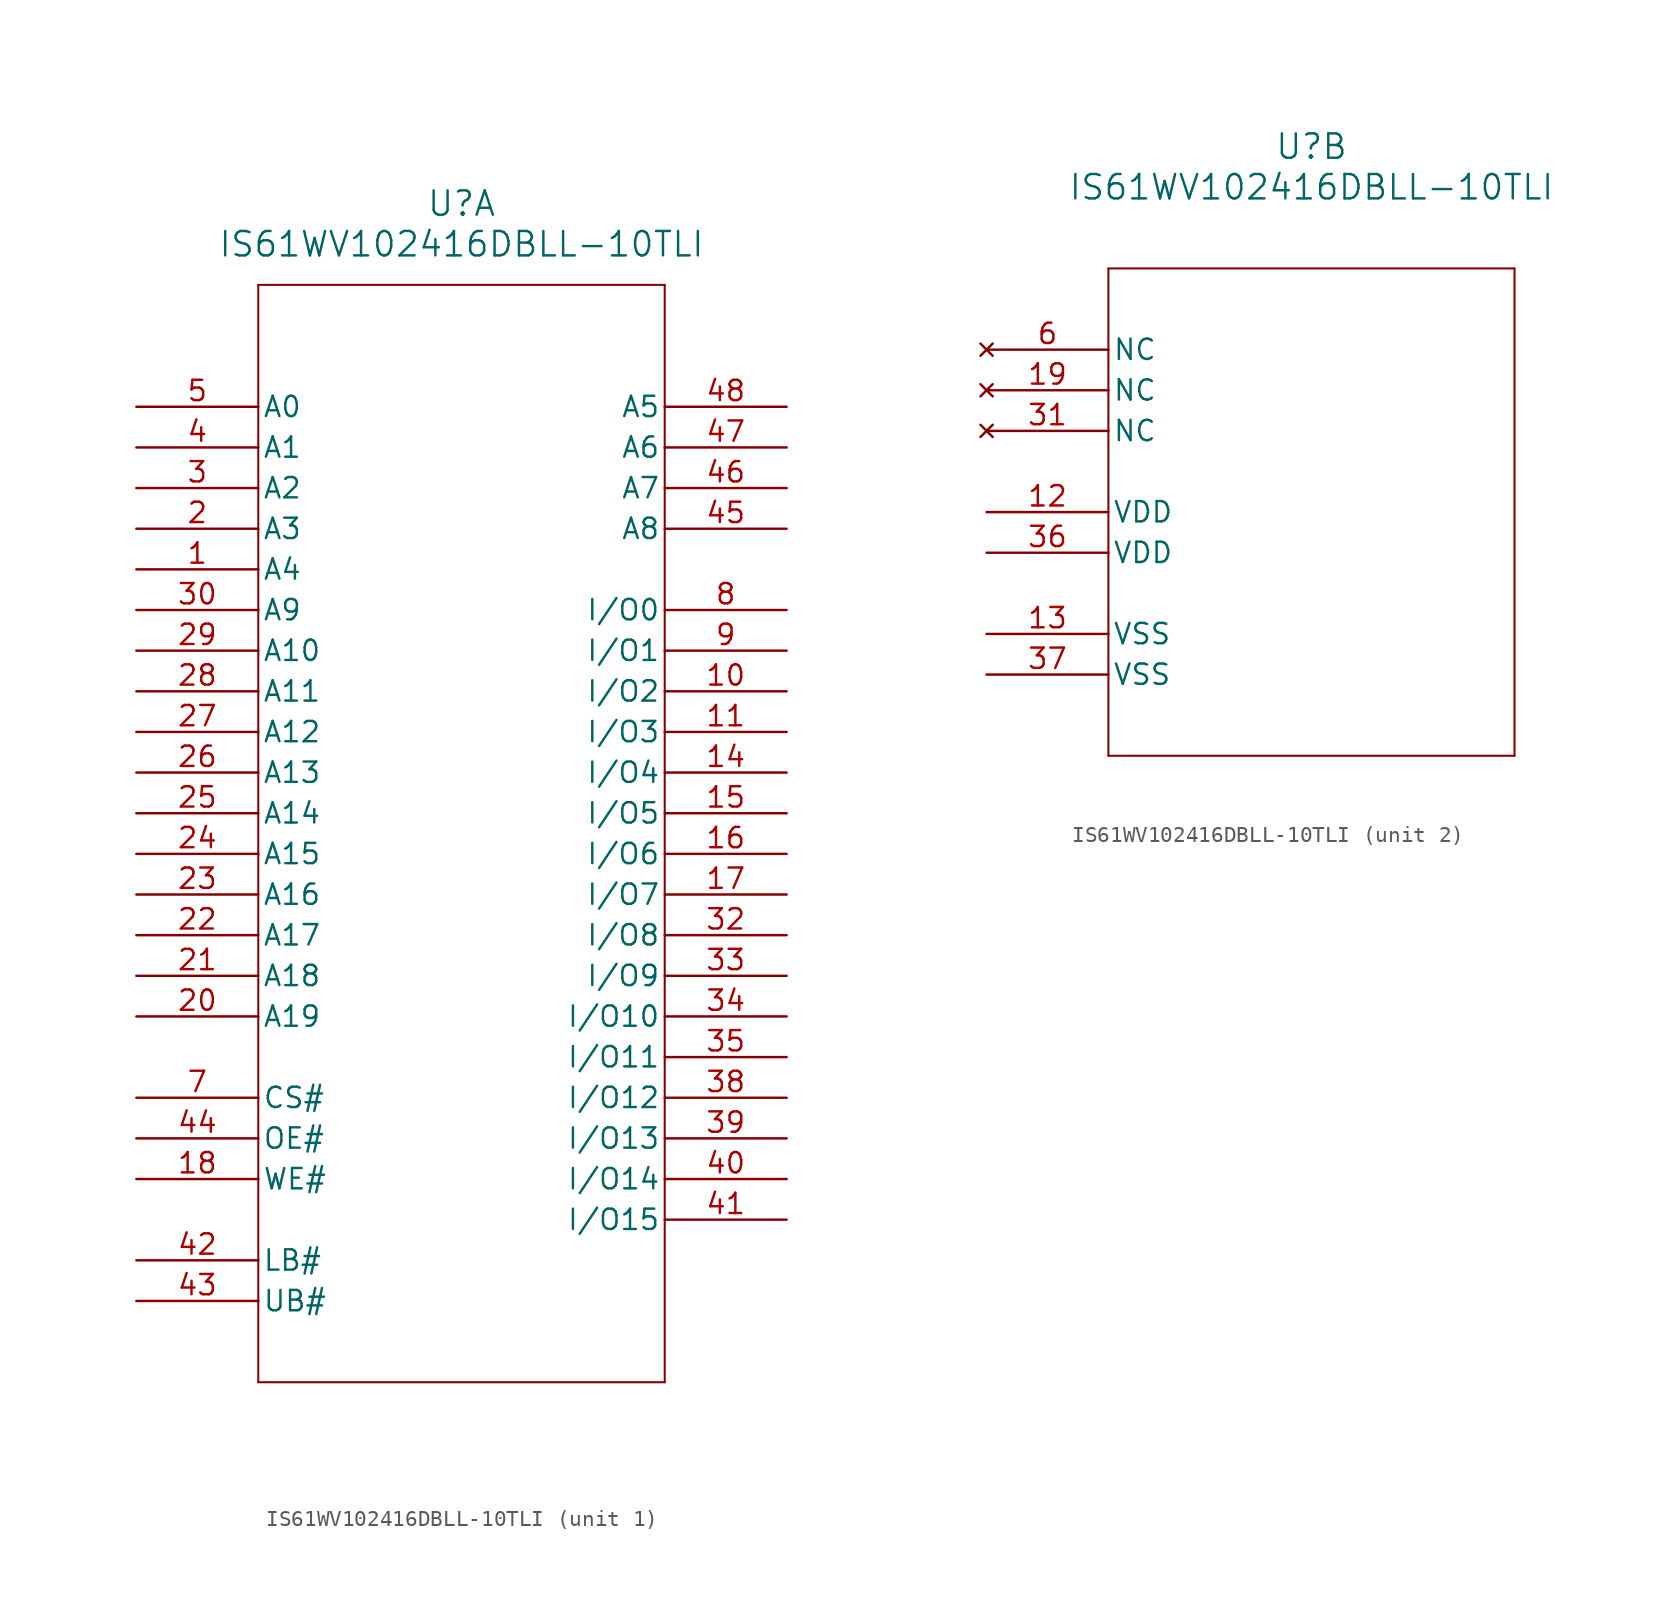
<source format=kicad_sym>
(kicad_symbol_lib
  (version 20211014)
  (generator kicad_symbol_editor)
  (symbol "IS61WV102416DBLL-10TLI"
    (pin_names
      (offset 0.254))
    (property "Reference" "U"
      (at 20.32 12.7 0)
      (effects (font (size 1.524 1.524))))
    (property "Value" "IS61WV102416DBLL-10TLI"
      (at 20.32 10.16 0)
      (effects (font (size 1.524 1.524))))
    (symbol "IS61WV102416DBLL-10TLI_1_1"
      (polyline (pts (xy 7.62 7.62) (xy 7.62 -60.96)) (stroke (width 0.127) (type default) (color 0 0 0 0)) (fill (type none)))
      (polyline (pts (xy 7.62 -60.96) (xy 33.02 -60.96)) (stroke (width 0.127) (type default) (color 0 0 0 0)) (fill (type none)))
      (polyline (pts (xy 33.02 -60.96) (xy 33.02 7.62)) (stroke (width 0.127) (type default) (color 0 0 0 0)) (fill (type none)))
      (polyline (pts (xy 33.02 7.62) (xy 7.62 7.62)) (stroke (width 0.127) (type default) (color 0 0 0 0)) (fill (type none)))
      (pin input line (at 0 -10.16 0) (length 7.62) (name "A4" (effects (font (size 1.27 1.27)))) (number "1" (effects (font (size 1.27 1.27)))))
      (pin input line (at 0 -7.62 0) (length 7.62) (name "A3" (effects (font (size 1.27 1.27)))) (number "2" (effects (font (size 1.27 1.27)))))
      (pin input line (at 0 -5.08 0) (length 7.62) (name "A2" (effects (font (size 1.27 1.27)))) (number "3" (effects (font (size 1.27 1.27)))))
      (pin input line (at 0 -2.54 0) (length 7.62) (name "A1" (effects (font (size 1.27 1.27)))) (number "4" (effects (font (size 1.27 1.27)))))
      (pin input line (at 0 0 0) (length 7.62) (name "A0" (effects (font (size 1.27 1.27)))) (number "5" (effects (font (size 1.27 1.27)))))
      (pin input line (at 0 -43.18 0) (length 7.62) (name "CS#" (effects (font (size 1.27 1.27)))) (number "7" (effects (font (size 1.27 1.27)))))
      (pin bidirectional line (at 40.64 -12.7 180) (length 7.62) (name "I/O0" (effects (font (size 1.27 1.27)))) (number "8" (effects (font (size 1.27 1.27)))))
      (pin bidirectional line (at 40.64 -15.24 180) (length 7.62) (name "I/O1" (effects (font (size 1.27 1.27)))) (number "9" (effects (font (size 1.27 1.27)))))
      (pin bidirectional line (at 40.64 -17.78 180) (length 7.62) (name "I/O2" (effects (font (size 1.27 1.27)))) (number "10" (effects (font (size 1.27 1.27)))))
      (pin bidirectional line (at 40.64 -20.32 180) (length 7.62) (name "I/O3" (effects (font (size 1.27 1.27)))) (number "11" (effects (font (size 1.27 1.27)))))
      (pin bidirectional line (at 40.64 -22.86 180) (length 7.62) (name "I/O4" (effects (font (size 1.27 1.27)))) (number "14" (effects (font (size 1.27 1.27)))))
      (pin bidirectional line (at 40.64 -25.4 180) (length 7.62) (name "I/O5" (effects (font (size 1.27 1.27)))) (number "15" (effects (font (size 1.27 1.27)))))
      (pin bidirectional line (at 40.64 -27.94 180) (length 7.62) (name "I/O6" (effects (font (size 1.27 1.27)))) (number "16" (effects (font (size 1.27 1.27)))))
      (pin bidirectional line (at 40.64 -30.48 180) (length 7.62) (name "I/O7" (effects (font (size 1.27 1.27)))) (number "17" (effects (font (size 1.27 1.27)))))
      (pin input line (at 0 -48.26 0) (length 7.62) (name "WE#" (effects (font (size 1.27 1.27)))) (number "18" (effects (font (size 1.27 1.27)))))
      (pin input line (at 0 -38.1 0) (length 7.62) (name "A19" (effects (font (size 1.27 1.27)))) (number "20" (effects (font (size 1.27 1.27)))))
      (pin input line (at 0 -35.56 0) (length 7.62) (name "A18" (effects (font (size 1.27 1.27)))) (number "21" (effects (font (size 1.27 1.27)))))
      (pin input line (at 0 -33.02 0) (length 7.62) (name "A17" (effects (font (size 1.27 1.27)))) (number "22" (effects (font (size 1.27 1.27)))))
      (pin input line (at 0 -30.48 0) (length 7.62) (name "A16" (effects (font (size 1.27 1.27)))) (number "23" (effects (font (size 1.27 1.27)))))
      (pin input line (at 0 -27.94 0) (length 7.62) (name "A15" (effects (font (size 1.27 1.27)))) (number "24" (effects (font (size 1.27 1.27)))))
      (pin input line (at 0 -25.4 0) (length 7.62) (name "A14" (effects (font (size 1.27 1.27)))) (number "25" (effects (font (size 1.27 1.27)))))
      (pin input line (at 0 -22.86 0) (length 7.62) (name "A13" (effects (font (size 1.27 1.27)))) (number "26" (effects (font (size 1.27 1.27)))))
      (pin input line (at 0 -20.32 0) (length 7.62) (name "A12" (effects (font (size 1.27 1.27)))) (number "27" (effects (font (size 1.27 1.27)))))
      (pin input line (at 0 -17.78 0) (length 7.62) (name "A11" (effects (font (size 1.27 1.27)))) (number "28" (effects (font (size 1.27 1.27)))))
      (pin input line (at 0 -15.24 0) (length 7.62) (name "A10" (effects (font (size 1.27 1.27)))) (number "29" (effects (font (size 1.27 1.27)))))
      (pin input line (at 0 -12.7 0) (length 7.62) (name "A9" (effects (font (size 1.27 1.27)))) (number "30" (effects (font (size 1.27 1.27)))))
      (pin bidirectional line (at 40.64 -33.02 180) (length 7.62) (name "I/O8" (effects (font (size 1.27 1.27)))) (number "32" (effects (font (size 1.27 1.27)))))
      (pin bidirectional line (at 40.64 -35.56 180) (length 7.62) (name "I/O9" (effects (font (size 1.27 1.27)))) (number "33" (effects (font (size 1.27 1.27)))))
      (pin bidirectional line (at 40.64 -38.1 180) (length 7.62) (name "I/O10" (effects (font (size 1.27 1.27)))) (number "34" (effects (font (size 1.27 1.27)))))
      (pin bidirectional line (at 40.64 -40.64 180) (length 7.62) (name "I/O11" (effects (font (size 1.27 1.27)))) (number "35" (effects (font (size 1.27 1.27)))))
      (pin bidirectional line (at 40.64 -43.18 180) (length 7.62) (name "I/O12" (effects (font (size 1.27 1.27)))) (number "38" (effects (font (size 1.27 1.27)))))
      (pin bidirectional line (at 40.64 -45.72 180) (length 7.62) (name "I/O13" (effects (font (size 1.27 1.27)))) (number "39" (effects (font (size 1.27 1.27)))))
      (pin bidirectional line (at 40.64 -48.26 180) (length 7.62) (name "I/O14" (effects (font (size 1.27 1.27)))) (number "40" (effects (font (size 1.27 1.27)))))
      (pin bidirectional line (at 40.64 -50.8 180) (length 7.62) (name "I/O15" (effects (font (size 1.27 1.27)))) (number "41" (effects (font (size 1.27 1.27)))))
      (pin bidirectional line (at 0 -53.34 0) (length 7.62) (name "LB#" (effects (font (size 1.27 1.27)))) (number "42" (effects (font (size 1.27 1.27)))))
      (pin bidirectional line (at 0 -55.88 0) (length 7.62) (name "UB#" (effects (font (size 1.27 1.27)))) (number "43" (effects (font (size 1.27 1.27)))))
      (pin input line (at 0 -45.72 0) (length 7.62) (name "OE#" (effects (font (size 1.27 1.27)))) (number "44" (effects (font (size 1.27 1.27)))))
      (pin bidirectional line (at 40.64 -7.62 180) (length 7.62) (name "A8" (effects (font (size 1.27 1.27)))) (number "45" (effects (font (size 1.27 1.27)))))
      (pin bidirectional line (at 40.64 -5.08 180) (length 7.62) (name "A7" (effects (font (size 1.27 1.27)))) (number "46" (effects (font (size 1.27 1.27)))))
      (pin bidirectional line (at 40.64 -2.54 180) (length 7.62) (name "A6" (effects (font (size 1.27 1.27)))) (number "47" (effects (font (size 1.27 1.27)))))
      (pin bidirectional line (at 40.64 0 180) (length 7.62) (name "A5" (effects (font (size 1.27 1.27)))) (number "48" (effects (font (size 1.27 1.27))))))
    (symbol "IS61WV102416DBLL-10TLI_2_1"
      (polyline (pts (xy 7.62 5.08) (xy 7.62 -25.4)) (stroke (width 0.127) (type default) (color 0 0 0 0)) (fill (type none)))
      (polyline (pts (xy 7.62 -25.4) (xy 33.02 -25.4)) (stroke (width 0.127) (type default) (color 0 0 0 0)) (fill (type none)))
      (polyline (pts (xy 33.02 -25.4) (xy 33.02 5.08)) (stroke (width 0.127) (type default) (color 0 0 0 0)) (fill (type none)))
      (polyline (pts (xy 33.02 5.08) (xy 7.62 5.08)) (stroke (width 0.127) (type default) (color 0 0 0 0)) (fill (type none)))
      (pin no_connect line (at 0 0 0) (length 7.62) (name "NC" (effects (font (size 1.27 1.27)))) (number "6" (effects (font (size 1.27 1.27)))))
      (pin power_in line (at 0 -10.16 0) (length 7.62) (name "VDD" (effects (font (size 1.27 1.27)))) (number "12" (effects (font (size 1.27 1.27)))))
      (pin power_out line (at 0 -17.78 0) (length 7.62) (name "VSS" (effects (font (size 1.27 1.27)))) (number "13" (effects (font (size 1.27 1.27)))))
      (pin no_connect line (at 0 -2.54 0) (length 7.62) (name "NC" (effects (font (size 1.27 1.27)))) (number "19" (effects (font (size 1.27 1.27)))))
      (pin no_connect line (at 0 -5.08 0) (length 7.62) (name "NC" (effects (font (size 1.27 1.27)))) (number "31" (effects (font (size 1.27 1.27)))))
      (pin power_in line (at 0 -12.7 0) (length 7.62) (name "VDD" (effects (font (size 1.27 1.27)))) (number "36" (effects (font (size 1.27 1.27)))))
      (pin power_out line (at 0 -20.32 0) (length 7.62) (name "VSS" (effects (font (size 1.27 1.27)))) (number "37" (effects (font (size 1.27 1.27))))))))
</source>
